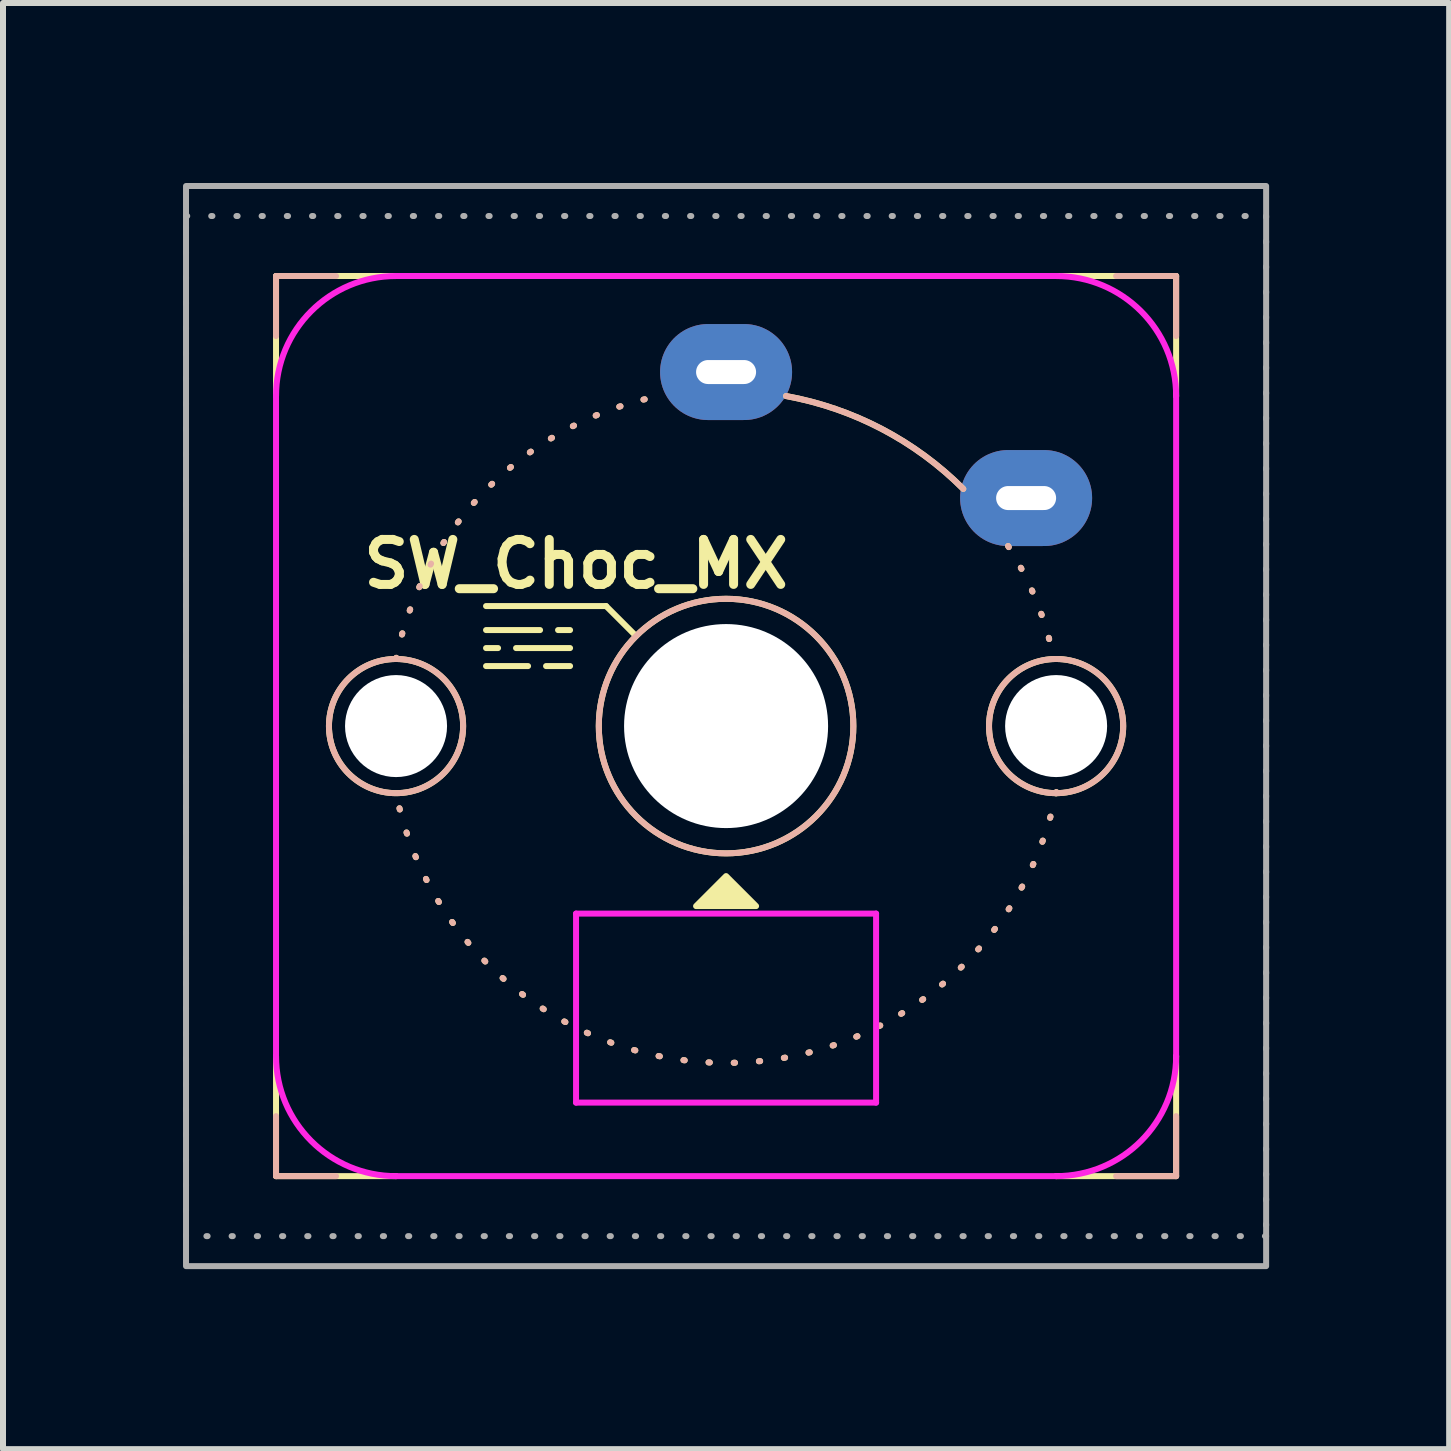
<source format=kicad_pcb>
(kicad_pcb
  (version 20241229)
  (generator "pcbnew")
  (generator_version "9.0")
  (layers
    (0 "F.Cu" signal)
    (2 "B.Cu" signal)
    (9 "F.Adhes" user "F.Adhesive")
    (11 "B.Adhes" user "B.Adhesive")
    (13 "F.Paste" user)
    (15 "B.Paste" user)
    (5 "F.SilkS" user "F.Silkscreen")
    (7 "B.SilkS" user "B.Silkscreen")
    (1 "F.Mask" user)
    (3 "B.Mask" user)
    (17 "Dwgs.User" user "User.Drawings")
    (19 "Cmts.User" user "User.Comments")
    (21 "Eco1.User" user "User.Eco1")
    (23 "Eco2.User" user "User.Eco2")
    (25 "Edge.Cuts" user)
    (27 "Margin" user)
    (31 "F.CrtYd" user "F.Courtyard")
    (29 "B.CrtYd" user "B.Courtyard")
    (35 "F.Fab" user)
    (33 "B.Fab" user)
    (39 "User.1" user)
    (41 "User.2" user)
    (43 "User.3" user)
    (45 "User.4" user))
  (footprint "SW_Choc_MX"
    (layer "F.Cu")
    (at 9.05 9.05)
    (property "Reference" "SW_Choc_MX" (at -2.5 -2.7 0) (layer "F.SilkS") (effects (font (size 0.75 0.75) (thickness 0.15))))
    (attr through_hole)
    (fp_line (start -7.5 -7.5) (end -7.5 -5.5) (stroke (width 0.1) (type default)) (layer "F.SilkS"))
    (fp_line (start -7.5 -7.5) (end -5.5 -7.5) (stroke (width 0.1) (type default)) (layer "F.SilkS"))
    (fp_line (start -7.5 7.5) (end -7.5 5.5) (stroke (width 0.1) (type default)) (layer "F.SilkS"))
    (fp_line (start -7.5 7.5) (end -5.5 7.5) (stroke (width 0.1) (type default)) (layer "F.SilkS"))
    (fp_line (start -4 -1.6) (end -3.1 -1.6) (stroke (width 0.1) (type default)) (layer "F.SilkS"))
    (fp_line (start -4 -1.3) (end -3.8 -1.3) (stroke (width 0.1) (type default)) (layer "F.SilkS"))
    (fp_line (start -4 -1) (end -3.3 -1) (stroke (width 0.1) (type default)) (layer "F.SilkS"))
    (fp_line (start -3.5 -1.3) (end -2.6 -1.3) (stroke (width 0.1) (type default)) (layer "F.SilkS"))
    (fp_line (start -3 -1) (end -2.6 -1) (stroke (width 0.1) (type default)) (layer "F.SilkS"))
    (fp_line (start -2.6 -1.6) (end -2.8 -1.6) (stroke (width 0.1) (type default)) (layer "F.SilkS"))
    (fp_line (start -2 -2) (end -4 -2) (stroke (width 0.1) (type default)) (layer "F.SilkS"))
    (fp_line (start -1.5 -1.5) (end -2 -2) (stroke (width 0.1) (type default)) (layer "F.SilkS"))
    (fp_line (start 7.5 -7.5) (end 5.5 -7.5) (stroke (width 0.1) (type default)) (layer "F.SilkS"))
    (fp_line (start 7.5 -7.5) (end 7.5 -5.5) (stroke (width 0.1) (type default)) (layer "F.SilkS"))
    (fp_line (start 7.5 7.5) (end 5.5 7.5) (stroke (width 0.1) (type default)) (layer "F.SilkS"))
    (fp_line (start 7.5 7.5) (end 7.5 5.5) (stroke (width 0.1) (type default)) (layer "F.SilkS"))
    (fp_arc (start -5.499999 -1.118033) (mid -3.927354 -4.009474) (end -1.003992 -5.521955) (stroke (width 0.1) (type dot)) (layer "F.SilkS"))
    (fp_arc (start 1 -5.499999) (mid 2.594435 -4.951656) (end 3.952846 -3.952846) (stroke (width 0.1) (type solid)) (layer "F.SilkS"))
    (fp_arc (start 4.699999 -3) (mid 5.169091 -2.090572) (end 5.464089 -1.110733) (stroke (width 0.1) (type dot)) (layer "F.SilkS"))
    (fp_arc (start 5.503494 1.100699) (mid 0.008841 5.612478) (end -5.499999 1.118033) (stroke (width 0.1) (type dot)) (layer "F.SilkS"))
    (fp_circle (center -5.5 0) (end -6.5 -0.5) (stroke (width 0.1) (type default)) (fill no) (layer "F.SilkS"))
    (fp_circle (center 0 0) (end -1.5 -1.5) (stroke (width 0.1) (type default)) (fill no) (layer "F.SilkS"))
    (fp_circle (center 5.5 0) (end 5 -1) (stroke (width 0.1) (type default)) (fill no) (layer "F.SilkS"))
    (fp_poly (pts (xy 0 2.5) (xy -0.5 3) (xy 0.5 3)) (stroke (width 0.1) (type solid)) (fill yes) (layer "F.SilkS"))
    (fp_line (start -7.5 -7.5) (end -7.5 -6.5) (stroke (width 0.1) (type default)) (layer "B.SilkS"))
    (fp_line (start -7.5 -7.5) (end -6.5 -7.5) (stroke (width 0.1) (type default)) (layer "B.SilkS"))
    (fp_line (start -7.5 7.5) (end -7.5 6.5) (stroke (width 0.1) (type default)) (layer "B.SilkS"))
    (fp_line (start -7.5 7.5) (end -6.5 7.5) (stroke (width 0.1) (type default)) (layer "B.SilkS"))
    (fp_line (start 7.5 -7.5) (end 6.5 -7.5) (stroke (width 0.1) (type default)) (layer "B.SilkS"))
    (fp_line (start 7.5 -7.5) (end 7.5 -6.5) (stroke (width 0.1) (type default)) (layer "B.SilkS"))
    (fp_line (start 7.5 7.5) (end 6.5 7.5) (stroke (width 0.1) (type default)) (layer "B.SilkS"))
    (fp_line (start 7.5 7.5) (end 7.5 6.5) (stroke (width 0.1) (type default)) (layer "B.SilkS"))
    (fp_arc (start -5.499999 -1.118033) (mid -3.927354 -4.009474) (end -1.003992 -5.521955) (stroke (width 0.1) (type dot)) (layer "B.SilkS"))
    (fp_arc (start 1 -5.499999) (mid 2.594435 -4.951656) (end 3.952846 -3.952846) (stroke (width 0.1) (type solid)) (layer "B.SilkS"))
    (fp_arc (start 4.699999 -3) (mid 5.169091 -2.090572) (end 5.464089 -1.110733) (stroke (width 0.1) (type dot)) (layer "B.SilkS"))
    (fp_arc (start 5.503494 1.100699) (mid 0.008841 5.612478) (end -5.499999 1.118033) (stroke (width 0.1) (type dot)) (layer "B.SilkS"))
    (fp_circle (center -5.5 0) (end -4.382 0) (stroke (width 0.1) (type default)) (fill no) (layer "B.SilkS"))
    (fp_circle (center 0 0) (end 2.121 0) (stroke (width 0.1) (type default)) (fill no) (layer "B.SilkS"))
    (fp_circle (center 5.5 0) (end 6.618 0) (stroke (width 0.1) (type default)) (fill no) (layer "B.SilkS"))
    (fp_line (start -0.5 4.7) (end 0 4.7) (stroke (width 0.15) (type solid)) (layer "Eco2.User"))
    (fp_line (start 0 4.2) (end 0 4.7) (stroke (width 0.15) (type solid)) (layer "Eco2.User"))
    (fp_line (start 0 4.7) (end 0 5.2) (stroke (width 0.15) (type solid)) (layer "Eco2.User"))
    (fp_line (start 0 4.7) (end 0.5 4.7) (stroke (width 0.15) (type solid)) (layer "Eco2.User"))
    (fp_line (start -7.5 5.5) (end -7.5 -5.5) (stroke (width 0.1) (type solid)) (layer "F.CrtYd"))
    (fp_line (start -2.5 3.125) (end -2.5 6.275) (stroke (width 0.1) (type solid)) (layer "F.CrtYd"))
    (fp_line (start -2.5 3.125) (end 2.5 3.125) (stroke (width 0.1) (type solid)) (layer "F.CrtYd"))
    (fp_line (start 2.5 3.125) (end 2.5 6.275) (stroke (width 0.1) (type solid)) (layer "F.CrtYd"))
    (fp_line (start 2.5 6.275) (end -2.5 6.275) (stroke (width 0.1) (type solid)) (layer "F.CrtYd"))
    (fp_line (start 5.5 -7.5) (end -5.5 -7.5) (stroke (width 0.1) (type solid)) (layer "F.CrtYd"))
    (fp_line (start 5.5 7.5) (end -5.5 7.5) (stroke (width 0.1) (type solid)) (layer "F.CrtYd"))
    (fp_line (start 7.5 5.5) (end 7.5 -5.5) (stroke (width 0.1) (type solid)) (layer "F.CrtYd"))
    (fp_arc (start -7.5 -5.5) (mid -6.914214 -6.914213) (end -5.5 -7.5) (stroke (width 0.1) (type solid)) (layer "F.CrtYd"))
    (fp_arc (start -5.5 7.5) (mid -6.914213 6.914214) (end -7.5 5.5) (stroke (width 0.1) (type solid)) (layer "F.CrtYd"))
    (fp_arc (start 5.5 -7.5) (mid 6.914213 -6.914214) (end 7.5 -5.5) (stroke (width 0.1) (type solid)) (layer "F.CrtYd"))
    (fp_arc (start 7.5 5.5) (mid 6.914214 6.914213) (end 5.5 7.5) (stroke (width 0.1) (type solid)) (layer "F.CrtYd"))
    (fp_line (start -9 -8.5) (end 9 -8.5) (stroke (width 0.1) (type dot)) (layer "F.Fab"))
    (fp_line (start -9 8.5) (end -9 -8.5) (stroke (width 0.1) (type dot)) (layer "F.Fab"))
    (fp_line (start 9 -8.5) (end 9 8.5) (stroke (width 0.1) (type dot)) (layer "F.Fab"))
    (fp_line (start 9 8.5) (end -9 8.5) (stroke (width 0.1) (type dot)) (layer "F.Fab"))
    (fp_rect (start -9 -9) (end 9 9) (stroke (width 0.1) (type default)) (fill no) (layer "F.Fab"))
    (pad "" np_thru_hole circle (at -5.5 0) (size 1.7 1.7) (drill 1.7) (layers "*.Cu" "*.Mask"))
    (pad "" smd circle (at -5.5 0) (size 1.7 1.7) (layers "B.Adhes"))
    (pad "" smd oval (at 0 -5.9) (size 2.4 1.8) (layers "B.Adhes"))
    (pad "" np_thru_hole circle (at 0 0) (size 3.4 3.4) (drill 3.4) (layers "*.Cu" "*.Mask"))
    (pad "" smd circle (at 0 0) (size 3.4 3.4) (layers "B.Adhes"))
    (pad "" smd oval (at 5 -3.8) (size 2.4 1.8) (layers "B.Adhes"))
    (pad "" np_thru_hole circle (at 5.5 0) (size 1.7 1.7) (drill 1.7) (layers "*.Cu" "*.Mask"))
    (pad "" smd circle (at 5.5 0) (size 1.7 1.7) (layers "B.Adhes"))
    (pad "1" thru_hole oval (at 0 -5.9) (size 2.2 1.6) (drill oval 1 0.4) (layers "*.Cu" "*.Mask"))
    (pad "2" thru_hole oval (at 5 -3.8) (size 2.2 1.6) (drill oval 1 0.4) (layers "*.Cu" "*.Mask")))
  (gr_rect
    (start -3 -3)
    (end 21.1 21.1)
    (stroke (width 0.1) (type default))
    (fill no)
    (layer "Edge.Cuts")))
</source>
